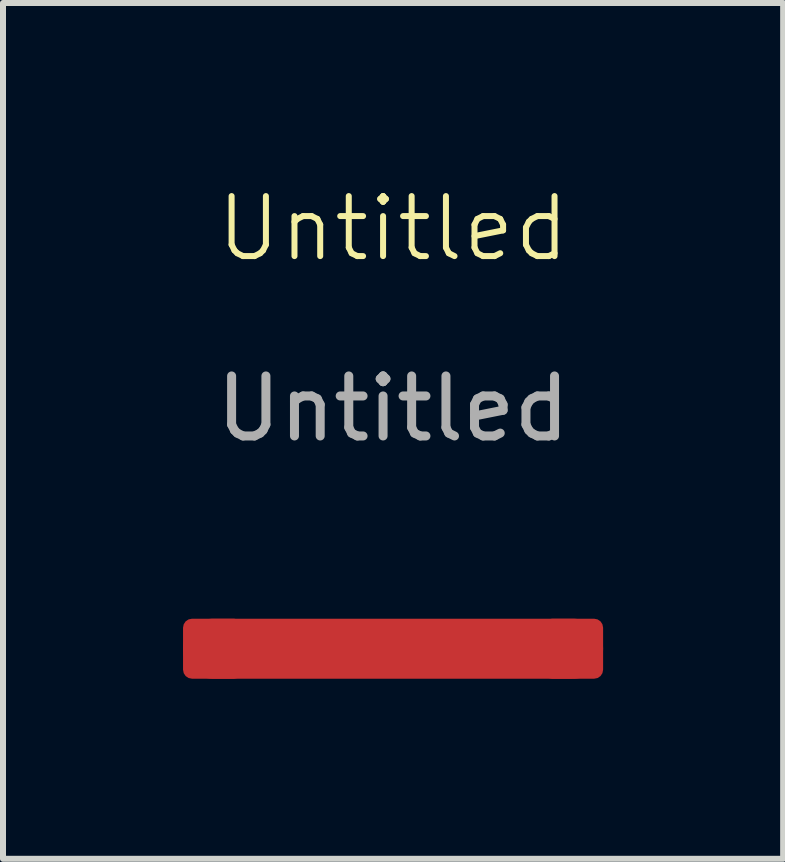
<source format=kicad_pcb>
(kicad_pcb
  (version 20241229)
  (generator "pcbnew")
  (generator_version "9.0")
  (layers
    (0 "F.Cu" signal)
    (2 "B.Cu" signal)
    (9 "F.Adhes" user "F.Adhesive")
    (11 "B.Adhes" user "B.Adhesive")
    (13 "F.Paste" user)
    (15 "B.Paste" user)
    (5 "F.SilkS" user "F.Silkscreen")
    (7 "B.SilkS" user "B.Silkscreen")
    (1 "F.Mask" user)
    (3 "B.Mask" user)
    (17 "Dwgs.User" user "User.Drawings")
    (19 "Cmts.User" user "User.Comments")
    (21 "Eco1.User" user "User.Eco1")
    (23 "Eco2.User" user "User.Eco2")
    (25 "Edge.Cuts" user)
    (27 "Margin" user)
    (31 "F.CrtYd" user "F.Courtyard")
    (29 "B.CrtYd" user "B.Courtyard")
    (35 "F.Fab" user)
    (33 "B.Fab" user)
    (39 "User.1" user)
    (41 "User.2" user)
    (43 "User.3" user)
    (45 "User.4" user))
  (footprint "Untitled"
    (layer "F.Cu")
    (at 3.5 1.26)
    (property "Reference" "Untitled" (at 0 -0.5 0) (unlocked yes) (layer "F.SilkS") (effects (font (size 1 1) (thickness 0.1))))
    (attr smd)
    (fp_line (start -3 6.5) (end 3 6.5) (stroke (width 1) (type solid)) (layer "F.Cu"))
    (fp_text user "${REFERENCE}" (at 0 2.5 0) (unlocked yes) (layer "F.Fab") (effects (font (size 1 1) (thickness 0.15))))
    (pad "1" smd roundrect (at -3 6.5) (size 1 1) (layers "F.Cu" "F.Mask" "F.Paste") (roundrect_rratio 0.15))
    (pad "2" smd roundrect (at 3 6.5) (size 1 1) (layers "F.Cu" "F.Mask" "F.Paste") (roundrect_rratio 0.15)))
  (gr_rect
    (start -3 -3)
    (end 10 11.261)
    (stroke (width 0.1) (type default))
    (fill no)
    (layer "Edge.Cuts")))
</source>
